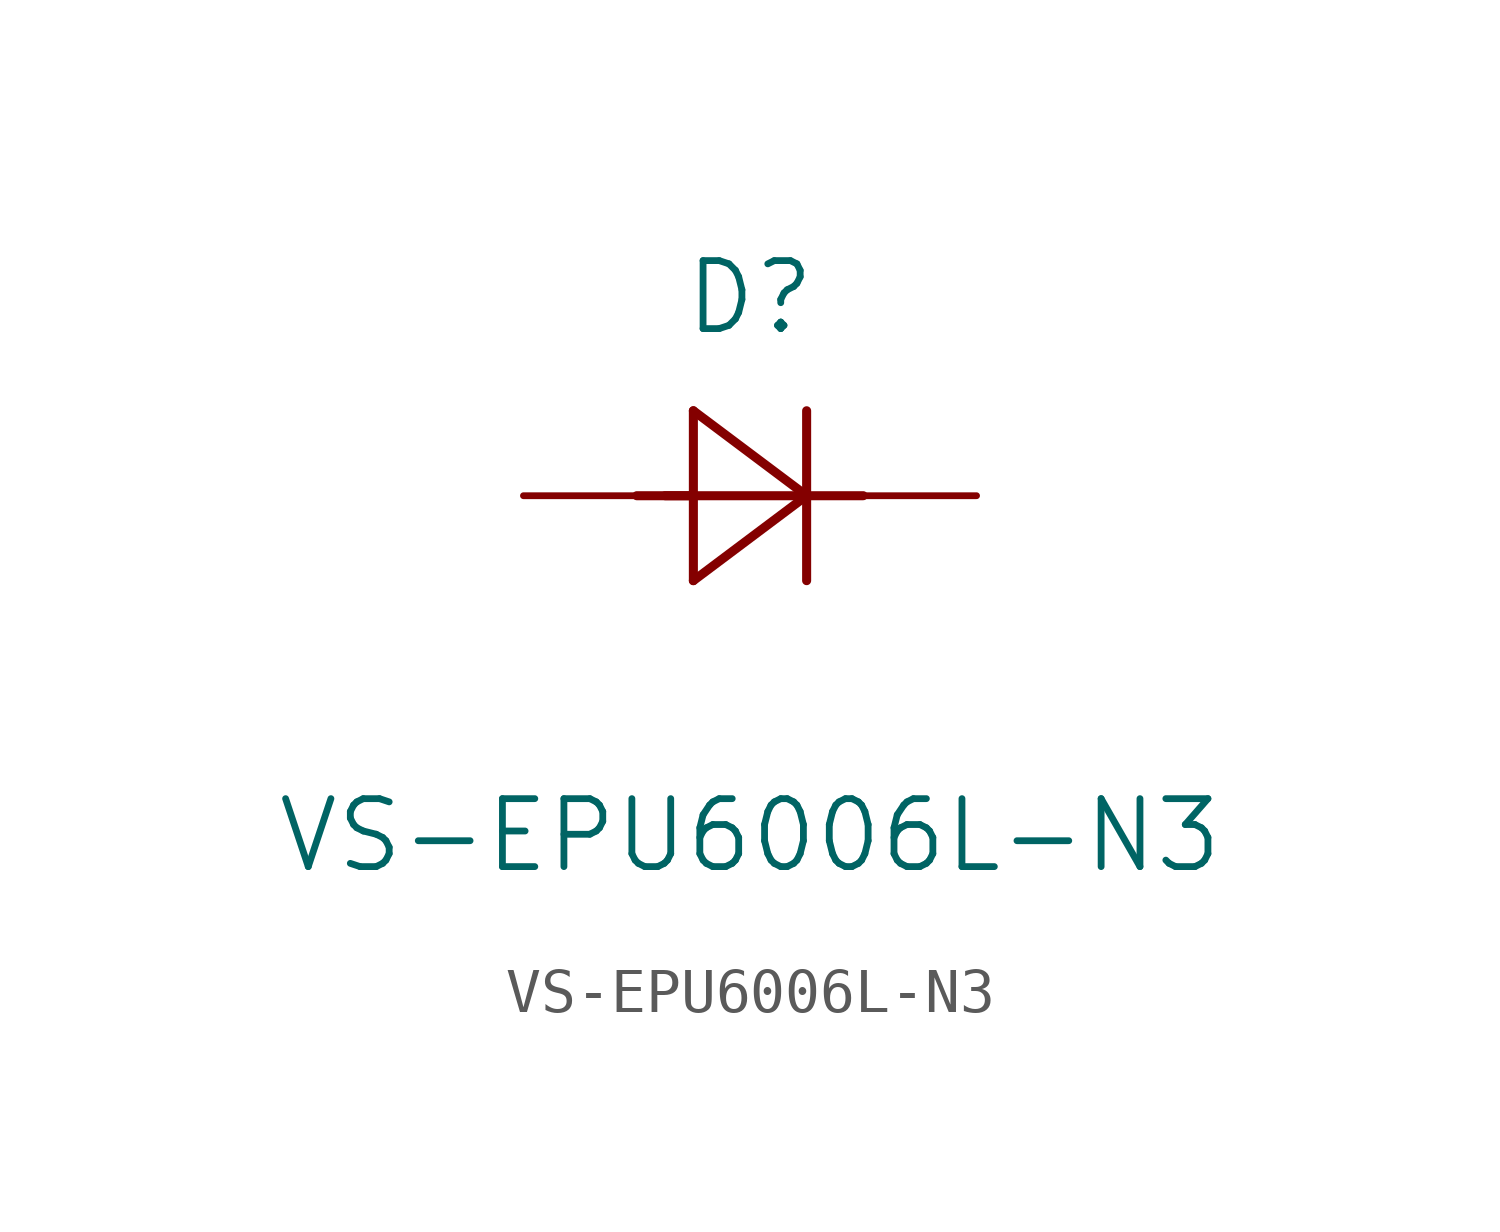
<source format=kicad_sym>
(kicad_symbol_lib
  (version 20211014)
  (generator kicad_symbol_editor)
  (symbol "VS-EPU6006L-N3"
    (pin_numbers hide)
    (pin_names
      (offset -1.651) hide)
    (property "Reference" "D"
      (at 5.08 4.445 0)
      (effects (font (size 1.524 1.524))))
    (property "Value" "VS-EPU6006L-N3"
      (at 5.08 -7.62 0)
      (effects (font (size 1.524 1.524))))
    (property "Datasheet" ""
      (at 0 0 0)
      (effects (font (size 1.524 1.524))))
    (property "ki_locked" ""
      (at 0 0 0)
      (effects (font (size 1.27 1.27))))
    (symbol "VS-EPU6006L-N3_1_1"
      (polyline (pts (xy 2.54 0) (xy 7.62 0)) (stroke (width 0.203) (type default) (color 0 0 0 0)) (fill (type none)))
      (polyline (pts (xy 3.175 0) (xy 3.81 0)) (stroke (width 0.203) (type default) (color 0 0 0 0)) (fill (type none)))
      (polyline (pts (xy 3.81 -1.905) (xy 6.35 0)) (stroke (width 0.203) (type default) (color 0 0 0 0)) (fill (type none)))
      (polyline (pts (xy 3.81 1.905) (xy 3.81 -1.905)) (stroke (width 0.203) (type default) (color 0 0 0 0)) (fill (type none)))
      (polyline (pts (xy 6.35 -1.905) (xy 6.35 1.905)) (stroke (width 0.203) (type default) (color 0 0 0 0)) (fill (type none)))
      (polyline (pts (xy 6.35 0) (xy 3.81 1.905)) (stroke (width 0.203) (type default) (color 0 0 0 0)) (fill (type none)))
      (pin unspecified line (at 10.16 0 180) (length 2.54) (name "1" (effects (font (size 1.499 1.499)))) (number "1" (effects (font (size 1.499 1.499)))))
      (pin unspecified line (at 0 0 0) (length 2.54) (name "2" (effects (font (size 1.499 1.499)))) (number "2" (effects (font (size 1.499 1.499))))))))
</source>
